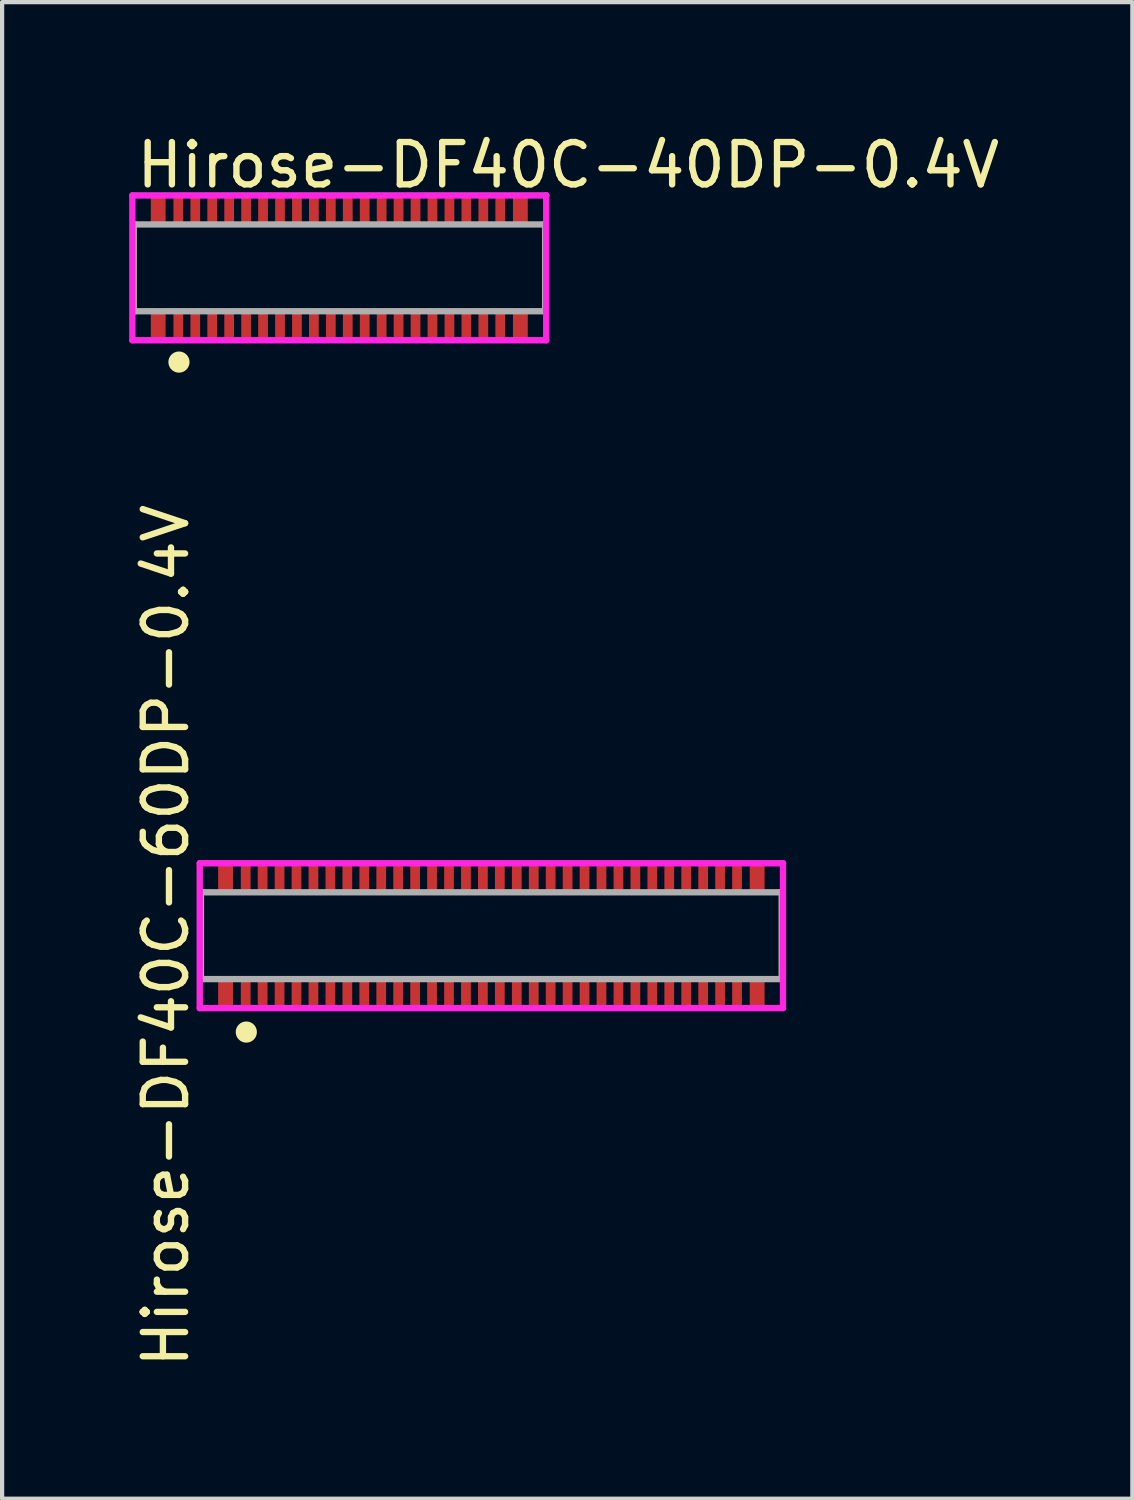
<source format=kicad_pcb>
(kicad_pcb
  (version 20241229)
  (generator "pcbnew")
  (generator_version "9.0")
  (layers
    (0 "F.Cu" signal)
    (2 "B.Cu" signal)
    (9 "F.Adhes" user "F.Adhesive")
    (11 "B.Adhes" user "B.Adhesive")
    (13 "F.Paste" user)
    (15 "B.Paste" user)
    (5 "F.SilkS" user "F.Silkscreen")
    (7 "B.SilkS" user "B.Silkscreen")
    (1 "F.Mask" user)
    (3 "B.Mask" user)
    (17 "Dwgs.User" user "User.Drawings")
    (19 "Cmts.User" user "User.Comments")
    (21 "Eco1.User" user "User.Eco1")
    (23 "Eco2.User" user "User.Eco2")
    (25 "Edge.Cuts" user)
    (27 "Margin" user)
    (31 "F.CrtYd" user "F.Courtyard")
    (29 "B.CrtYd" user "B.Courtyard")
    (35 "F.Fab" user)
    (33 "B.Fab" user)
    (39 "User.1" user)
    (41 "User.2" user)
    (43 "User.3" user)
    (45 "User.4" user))
  (footprint "Hirose-DF40C-40DP-0.4V"
    (layer "F.Cu")
    (at 4.96 3.273)
    (property "Reference" "Hirose-DF40C-40DP-0.4V" (at -4.86 -2.425 0) (layer "F.SilkS") (effects (font (size 1 1) (thickness 0.15)) (justify left)))
    (attr smd)
    (fp_line (start -4.86 -1.025) (end -4.825 -1.025) (stroke (width 0.15) (type solid)) (layer "F.SilkS"))
    (fp_line (start -4.86 1.025) (end -4.86 -1.025) (stroke (width 0.15) (type solid)) (layer "F.SilkS"))
    (fp_line (start -4.86 1.025) (end -4.825 1.025) (stroke (width 0.15) (type solid)) (layer "F.SilkS"))
    (fp_line (start 4.825 -1.025) (end 4.86 -1.025) (stroke (width 0.15) (type solid)) (layer "F.SilkS"))
    (fp_line (start 4.825 1.025) (end 4.86 1.025) (stroke (width 0.15) (type solid)) (layer "F.SilkS"))
    (fp_line (start 4.86 1.025) (end 4.86 -1.025) (stroke (width 0.15) (type solid)) (layer "F.SilkS"))
    (fp_circle (center -3.785 2.225) (end -3.66 2.225) (stroke (width 0.25) (type solid)) (fill no) (layer "F.SilkS"))
    (fp_line (start -4.885 -1.71) (end -4.885 1.71) (stroke (width 0.15) (type solid)) (layer "F.CrtYd"))
    (fp_line (start -4.885 1.71) (end 4.885 1.71) (stroke (width 0.15) (type solid)) (layer "F.CrtYd"))
    (fp_line (start 4.885 -1.71) (end -4.885 -1.71) (stroke (width 0.15) (type solid)) (layer "F.CrtYd"))
    (fp_line (start 4.885 -1.71) (end 4.885 -1.71) (stroke (width 0.15) (type solid)) (layer "F.CrtYd"))
    (fp_line (start 4.885 1.71) (end 4.885 -1.71) (stroke (width 0.15) (type solid)) (layer "F.CrtYd"))
    (fp_line (start -4.86 -1.025) (end 4.86 -1.025) (stroke (width 0.15) (type solid)) (layer "F.Fab"))
    (fp_line (start -4.86 1.025) (end -4.86 -1.025) (stroke (width 0.15) (type solid)) (layer "F.Fab"))
    (fp_line (start 4.86 -1.025) (end 4.86 1.025) (stroke (width 0.15) (type solid)) (layer "F.Fab"))
    (fp_line (start 4.86 1.025) (end -4.86 1.025) (stroke (width 0.15) (type solid)) (layer "F.Fab"))
    (pad "" smd rect (at -4.275 -1.355) (size 0.35 0.66) (layers "F.Cu" "F.Mask" "F.Paste"))
    (pad "" smd rect (at -4.275 1.355) (size 0.35 0.66) (layers "F.Cu" "F.Mask" "F.Paste"))
    (pad "" smd rect (at -3.8 -1.355) (size 0.184 0.66) (layers "F.Paste"))
    (pad "" smd rect (at -3.8 1.355) (size 0.184 0.66) (layers "F.Paste"))
    (pad "" smd rect (at -3.4 -1.355) (size 0.184 0.66) (layers "F.Paste"))
    (pad "" smd rect (at -3.4 1.355) (size 0.184 0.66) (layers "F.Paste"))
    (pad "" smd rect (at -3 -1.355) (size 0.184 0.66) (layers "F.Paste"))
    (pad "" smd rect (at -3 1.355) (size 0.184 0.66) (layers "F.Paste"))
    (pad "" smd rect (at -2.6 -1.355) (size 0.184 0.66) (layers "F.Paste"))
    (pad "" smd rect (at -2.6 1.355) (size 0.184 0.66) (layers "F.Paste"))
    (pad "" smd rect (at -2.2 -1.355) (size 0.184 0.66) (layers "F.Paste"))
    (pad "" smd rect (at -2.2 1.355) (size 0.184 0.66) (layers "F.Paste"))
    (pad "" smd rect (at -1.8 -1.355) (size 0.184 0.66) (layers "F.Paste"))
    (pad "" smd rect (at -1.8 1.355) (size 0.184 0.66) (layers "F.Paste"))
    (pad "" smd rect (at -1.4 -1.355) (size 0.184 0.66) (layers "F.Paste"))
    (pad "" smd rect (at -1.4 1.355) (size 0.184 0.66) (layers "F.Paste"))
    (pad "" smd rect (at -1 -1.355) (size 0.184 0.66) (layers "F.Paste"))
    (pad "" smd rect (at -1 1.355) (size 0.184 0.66) (layers "F.Paste"))
    (pad "" smd rect (at -0.6 -1.355) (size 0.184 0.66) (layers "F.Paste"))
    (pad "" smd rect (at -0.6 1.355) (size 0.184 0.66) (layers "F.Paste"))
    (pad "" smd rect (at -0.2 -1.355) (size 0.184 0.66) (layers "F.Paste"))
    (pad "" smd rect (at -0.2 1.355) (size 0.184 0.66) (layers "F.Paste"))
    (pad "" smd rect (at 0.2 -1.355) (size 0.184 0.66) (layers "F.Paste"))
    (pad "" smd rect (at 0.2 1.355) (size 0.184 0.66) (layers "F.Paste"))
    (pad "" smd rect (at 0.6 -1.355) (size 0.184 0.66) (layers "F.Paste"))
    (pad "" smd rect (at 0.6 1.355) (size 0.184 0.66) (layers "F.Paste"))
    (pad "" smd rect (at 1 -1.355) (size 0.184 0.66) (layers "F.Paste"))
    (pad "" smd rect (at 1 1.355) (size 0.184 0.66) (layers "F.Paste"))
    (pad "" smd rect (at 1.4 -1.355) (size 0.184 0.66) (layers "F.Paste"))
    (pad "" smd rect (at 1.4 1.355) (size 0.184 0.66) (layers "F.Paste"))
    (pad "" smd rect (at 1.8 -1.355) (size 0.184 0.66) (layers "F.Paste"))
    (pad "" smd rect (at 1.8 1.355) (size 0.184 0.66) (layers "F.Paste"))
    (pad "" smd rect (at 2.2 -1.355) (size 0.184 0.66) (layers "F.Paste"))
    (pad "" smd rect (at 2.2 1.355) (size 0.184 0.66) (layers "F.Paste"))
    (pad "" smd rect (at 2.6 -1.355) (size 0.184 0.66) (layers "F.Paste"))
    (pad "" smd rect (at 2.6 1.355) (size 0.184 0.66) (layers "F.Paste"))
    (pad "" smd rect (at 3 -1.355) (size 0.184 0.66) (layers "F.Paste"))
    (pad "" smd rect (at 3 1.355) (size 0.184 0.66) (layers "F.Paste"))
    (pad "" smd rect (at 3.4 -1.355) (size 0.184 0.66) (layers "F.Paste"))
    (pad "" smd rect (at 3.4 1.355) (size 0.184 0.66) (layers "F.Paste"))
    (pad "" smd rect (at 3.8 -1.355) (size 0.184 0.66) (layers "F.Paste"))
    (pad "" smd rect (at 3.8 1.355) (size 0.184 0.66) (layers "F.Paste"))
    (pad "" smd rect (at 4.275 -1.355) (size 0.35 0.66) (layers "F.Cu" "F.Mask" "F.Paste"))
    (pad "" smd rect (at 4.275 1.355) (size 0.35 0.66) (layers "F.Cu" "F.Mask" "F.Paste"))
    (pad "1" smd rect (at -3.8 1.355) (size 0.23 0.66) (layers "F.Cu" "F.Mask"))
    (pad "2" smd rect (at -3.8 -1.355) (size 0.23 0.66) (layers "F.Cu" "F.Mask"))
    (pad "3" smd rect (at -3.4 1.355) (size 0.23 0.66) (layers "F.Cu" "F.Mask"))
    (pad "4" smd rect (at -3.4 -1.355) (size 0.23 0.66) (layers "F.Cu" "F.Mask"))
    (pad "5" smd rect (at -3 1.355) (size 0.23 0.66) (layers "F.Cu" "F.Mask"))
    (pad "6" smd rect (at -3 -1.355) (size 0.23 0.66) (layers "F.Cu" "F.Mask"))
    (pad "7" smd rect (at -2.6 1.355) (size 0.23 0.66) (layers "F.Cu" "F.Mask"))
    (pad "8" smd rect (at -2.6 -1.355) (size 0.23 0.66) (layers "F.Cu" "F.Mask"))
    (pad "9" smd rect (at -2.2 1.355) (size 0.23 0.66) (layers "F.Cu" "F.Mask"))
    (pad "10" smd rect (at -2.2 -1.355) (size 0.23 0.66) (layers "F.Cu" "F.Mask"))
    (pad "11" smd rect (at -1.8 1.355) (size 0.23 0.66) (layers "F.Cu" "F.Mask"))
    (pad "12" smd rect (at -1.8 -1.355) (size 0.23 0.66) (layers "F.Cu" "F.Mask"))
    (pad "13" smd rect (at -1.4 1.355) (size 0.23 0.66) (layers "F.Cu" "F.Mask"))
    (pad "14" smd rect (at -1.4 -1.355) (size 0.23 0.66) (layers "F.Cu" "F.Mask"))
    (pad "15" smd rect (at -1 1.355) (size 0.23 0.66) (layers "F.Cu" "F.Mask"))
    (pad "16" smd rect (at -1 -1.355) (size 0.23 0.66) (layers "F.Cu" "F.Mask"))
    (pad "17" smd rect (at -0.6 1.355) (size 0.23 0.66) (layers "F.Cu" "F.Mask"))
    (pad "18" smd rect (at -0.6 -1.355) (size 0.23 0.66) (layers "F.Cu" "F.Mask"))
    (pad "19" smd rect (at -0.2 1.355) (size 0.23 0.66) (layers "F.Cu" "F.Mask"))
    (pad "20" smd rect (at -0.2 -1.355) (size 0.23 0.66) (layers "F.Cu" "F.Mask"))
    (pad "21" smd rect (at 0.2 1.355) (size 0.23 0.66) (layers "F.Cu" "F.Mask"))
    (pad "22" smd rect (at 0.2 -1.355) (size 0.23 0.66) (layers "F.Cu" "F.Mask"))
    (pad "23" smd rect (at 0.6 1.355) (size 0.23 0.66) (layers "F.Cu" "F.Mask"))
    (pad "24" smd rect (at 0.6 -1.355) (size 0.23 0.66) (layers "F.Cu" "F.Mask"))
    (pad "25" smd rect (at 1 1.355) (size 0.23 0.66) (layers "F.Cu" "F.Mask"))
    (pad "26" smd rect (at 1 -1.355) (size 0.23 0.66) (layers "F.Cu" "F.Mask"))
    (pad "27" smd rect (at 1.4 1.355) (size 0.23 0.66) (layers "F.Cu" "F.Mask"))
    (pad "28" smd rect (at 1.4 -1.355) (size 0.23 0.66) (layers "F.Cu" "F.Mask"))
    (pad "29" smd rect (at 1.8 1.355) (size 0.23 0.66) (layers "F.Cu" "F.Mask"))
    (pad "30" smd rect (at 1.8 -1.355) (size 0.23 0.66) (layers "F.Cu" "F.Mask"))
    (pad "31" smd rect (at 2.2 1.355) (size 0.23 0.66) (layers "F.Cu" "F.Mask"))
    (pad "32" smd rect (at 2.2 -1.355) (size 0.23 0.66) (layers "F.Cu" "F.Mask"))
    (pad "33" smd rect (at 2.6 1.355) (size 0.23 0.66) (layers "F.Cu" "F.Mask"))
    (pad "34" smd rect (at 2.6 -1.355) (size 0.23 0.66) (layers "F.Cu" "F.Mask"))
    (pad "35" smd rect (at 3 1.355) (size 0.23 0.66) (layers "F.Cu" "F.Mask"))
    (pad "36" smd rect (at 3 -1.355) (size 0.23 0.66) (layers "F.Cu" "F.Mask"))
    (pad "37" smd rect (at 3.4 1.355) (size 0.23 0.66) (layers "F.Cu" "F.Mask"))
    (pad "38" smd rect (at 3.4 -1.355) (size 0.23 0.66) (layers "F.Cu" "F.Mask"))
    (pad "39" smd rect (at 3.8 1.355) (size 0.23 0.66) (layers "F.Cu" "F.Mask"))
    (pad "40" smd rect (at 3.8 -1.355) (size 0.23 0.66) (layers "F.Cu" "F.Mask")))
  (footprint "Hirose-DF40C-60DP-0.4V"
    (layer "F.Cu")
    (at 8.55 19.04)
    (property "Reference" "Hirose-DF40C-60DP-0.4V" (at -7.1 0 90) (layer "F.SilkS") (effects (font (size 1 1) (thickness 0.15)) (justify bottom)))
    (attr through_hole)
    (fp_line (start -6.86 -1.025) (end -6.825 -1.025) (stroke (width 0.15) (type solid)) (layer "F.SilkS"))
    (fp_line (start -6.86 1.025) (end -6.86 -1.025) (stroke (width 0.15) (type solid)) (layer "F.SilkS"))
    (fp_line (start -6.86 1.025) (end -6.825 1.025) (stroke (width 0.15) (type solid)) (layer "F.SilkS"))
    (fp_line (start 6.825 -1.025) (end 6.86 -1.025) (stroke (width 0.15) (type solid)) (layer "F.SilkS"))
    (fp_line (start 6.825 1.025) (end 6.86 1.025) (stroke (width 0.15) (type solid)) (layer "F.SilkS"))
    (fp_line (start 6.86 1.025) (end 6.86 -1.025) (stroke (width 0.15) (type solid)) (layer "F.SilkS"))
    (fp_circle (center -5.785 2.275) (end -5.66 2.275) (stroke (width 0.25) (type solid)) (fill no) (layer "F.SilkS"))
    (fp_line (start -6.885 -1.71) (end -6.885 1.71) (stroke (width 0.15) (type solid)) (layer "F.CrtYd"))
    (fp_line (start -6.885 1.71) (end 6.885 1.71) (stroke (width 0.15) (type solid)) (layer "F.CrtYd"))
    (fp_line (start 6.885 -1.71) (end -6.885 -1.71) (stroke (width 0.15) (type solid)) (layer "F.CrtYd"))
    (fp_line (start 6.885 -1.71) (end 6.885 -1.71) (stroke (width 0.15) (type solid)) (layer "F.CrtYd"))
    (fp_line (start 6.885 1.71) (end 6.885 -1.71) (stroke (width 0.15) (type solid)) (layer "F.CrtYd"))
    (fp_line (start -6.86 -1.025) (end 6.86 -1.025) (stroke (width 0.15) (type solid)) (layer "F.Fab"))
    (fp_line (start -6.86 1.025) (end -6.86 -1.025) (stroke (width 0.15) (type solid)) (layer "F.Fab"))
    (fp_line (start 6.86 -1.025) (end 6.86 1.025) (stroke (width 0.15) (type solid)) (layer "F.Fab"))
    (fp_line (start 6.86 1.025) (end -6.86 1.025) (stroke (width 0.15) (type solid)) (layer "F.Fab"))
    (pad "" smd rect (at -6.275 -1.355) (size 0.35 0.66) (layers "F.Cu" "F.Mask" "F.Paste"))
    (pad "" smd rect (at -6.275 1.355) (size 0.35 0.66) (layers "F.Cu" "F.Mask" "F.Paste"))
    (pad "" smd rect (at -5.8 -1.355) (size 0.184 0.66) (layers "F.Paste"))
    (pad "" smd rect (at -5.8 1.355) (size 0.184 0.66) (layers "F.Paste"))
    (pad "" smd rect (at -5.4 -1.355) (size 0.184 0.66) (layers "F.Paste"))
    (pad "" smd rect (at -5.4 1.355) (size 0.184 0.66) (layers "F.Paste"))
    (pad "" smd rect (at -5 -1.355) (size 0.184 0.66) (layers "F.Paste"))
    (pad "" smd rect (at -5 1.355) (size 0.184 0.66) (layers "F.Paste"))
    (pad "" smd rect (at -4.6 -1.355) (size 0.184 0.66) (layers "F.Paste"))
    (pad "" smd rect (at -4.6 1.355) (size 0.184 0.66) (layers "F.Paste"))
    (pad "" smd rect (at -4.2 -1.355) (size 0.184 0.66) (layers "F.Paste"))
    (pad "" smd rect (at -4.2 1.355) (size 0.184 0.66) (layers "F.Paste"))
    (pad "" smd rect (at -3.8 -1.355) (size 0.184 0.66) (layers "F.Paste"))
    (pad "" smd rect (at -3.8 1.355) (size 0.184 0.66) (layers "F.Paste"))
    (pad "" smd rect (at -3.4 -1.355) (size 0.184 0.66) (layers "F.Paste"))
    (pad "" smd rect (at -3.4 1.355) (size 0.184 0.66) (layers "F.Paste"))
    (pad "" smd rect (at -3 -1.355) (size 0.184 0.66) (layers "F.Paste"))
    (pad "" smd rect (at -3 1.355) (size 0.184 0.66) (layers "F.Paste"))
    (pad "" smd rect (at -2.6 -1.355) (size 0.184 0.66) (layers "F.Paste"))
    (pad "" smd rect (at -2.6 1.355) (size 0.184 0.66) (layers "F.Paste"))
    (pad "" smd rect (at -2.2 -1.355) (size 0.184 0.66) (layers "F.Paste"))
    (pad "" smd rect (at -2.2 1.355) (size 0.184 0.66) (layers "F.Paste"))
    (pad "" smd rect (at -1.8 -1.355) (size 0.184 0.66) (layers "F.Paste"))
    (pad "" smd rect (at -1.8 1.355) (size 0.184 0.66) (layers "F.Paste"))
    (pad "" smd rect (at -1.4 -1.355) (size 0.184 0.66) (layers "F.Paste"))
    (pad "" smd rect (at -1.4 1.355) (size 0.184 0.66) (layers "F.Paste"))
    (pad "" smd rect (at -1 -1.355) (size 0.184 0.66) (layers "F.Paste"))
    (pad "" smd rect (at -1 1.355) (size 0.184 0.66) (layers "F.Paste"))
    (pad "" smd rect (at -0.6 -1.355) (size 0.184 0.66) (layers "F.Paste"))
    (pad "" smd rect (at -0.6 1.355) (size 0.184 0.66) (layers "F.Paste"))
    (pad "" smd rect (at -0.2 -1.355) (size 0.184 0.66) (layers "F.Paste"))
    (pad "" smd rect (at -0.2 1.355) (size 0.184 0.66) (layers "F.Paste"))
    (pad "" smd rect (at 0.2 -1.355) (size 0.184 0.66) (layers "F.Paste"))
    (pad "" smd rect (at 0.2 1.355) (size 0.184 0.66) (layers "F.Paste"))
    (pad "" smd rect (at 0.6 -1.355) (size 0.184 0.66) (layers "F.Paste"))
    (pad "" smd rect (at 0.6 1.355) (size 0.184 0.66) (layers "F.Paste"))
    (pad "" smd rect (at 1 -1.355) (size 0.184 0.66) (layers "F.Paste"))
    (pad "" smd rect (at 1 1.355) (size 0.184 0.66) (layers "F.Paste"))
    (pad "" smd rect (at 1.4 -1.355) (size 0.184 0.66) (layers "F.Paste"))
    (pad "" smd rect (at 1.4 1.355) (size 0.184 0.66) (layers "F.Paste"))
    (pad "" smd rect (at 1.8 -1.355) (size 0.184 0.66) (layers "F.Paste"))
    (pad "" smd rect (at 1.8 1.355) (size 0.184 0.66) (layers "F.Paste"))
    (pad "" smd rect (at 2.2 -1.355) (size 0.184 0.66) (layers "F.Paste"))
    (pad "" smd rect (at 2.2 1.355) (size 0.184 0.66) (layers "F.Paste"))
    (pad "" smd rect (at 2.6 -1.355) (size 0.184 0.66) (layers "F.Paste"))
    (pad "" smd rect (at 2.6 1.355) (size 0.184 0.66) (layers "F.Paste"))
    (pad "" smd rect (at 3 -1.355) (size 0.184 0.66) (layers "F.Paste"))
    (pad "" smd rect (at 3 1.355) (size 0.184 0.66) (layers "F.Paste"))
    (pad "" smd rect (at 3.4 -1.355) (size 0.184 0.66) (layers "F.Paste"))
    (pad "" smd rect (at 3.4 1.355) (size 0.184 0.66) (layers "F.Paste"))
    (pad "" smd rect (at 3.8 -1.355) (size 0.184 0.66) (layers "F.Paste"))
    (pad "" smd rect (at 3.8 1.355) (size 0.184 0.66) (layers "F.Paste"))
    (pad "" smd rect (at 4.2 -1.355) (size 0.184 0.66) (layers "F.Paste"))
    (pad "" smd rect (at 4.2 1.355) (size 0.184 0.66) (layers "F.Paste"))
    (pad "" smd rect (at 4.6 -1.355) (size 0.184 0.66) (layers "F.Paste"))
    (pad "" smd rect (at 4.6 1.355) (size 0.184 0.66) (layers "F.Paste"))
    (pad "" smd rect (at 5 -1.355) (size 0.184 0.66) (layers "F.Paste"))
    (pad "" smd rect (at 5 1.355) (size 0.184 0.66) (layers "F.Paste"))
    (pad "" smd rect (at 5.4 -1.355) (size 0.184 0.66) (layers "F.Paste"))
    (pad "" smd rect (at 5.4 1.355) (size 0.184 0.66) (layers "F.Paste"))
    (pad "" smd rect (at 5.8 -1.355) (size 0.184 0.66) (layers "F.Paste"))
    (pad "" smd rect (at 5.8 1.355) (size 0.184 0.66) (layers "F.Paste"))
    (pad "" smd rect (at 6.275 -1.355) (size 0.35 0.66) (layers "F.Cu" "F.Mask" "F.Paste"))
    (pad "" smd rect (at 6.275 1.355) (size 0.35 0.66) (layers "F.Cu" "F.Mask" "F.Paste"))
    (pad "1" smd rect (at -5.8 1.355) (size 0.23 0.66) (layers "F.Cu" "F.Mask"))
    (pad "2" smd rect (at -5.8 -1.355) (size 0.23 0.66) (layers "F.Cu" "F.Mask"))
    (pad "3" smd rect (at -5.4 1.355) (size 0.23 0.66) (layers "F.Cu" "F.Mask"))
    (pad "4" smd rect (at -5.4 -1.355) (size 0.23 0.66) (layers "F.Cu" "F.Mask"))
    (pad "5" smd rect (at -5 1.355) (size 0.23 0.66) (layers "F.Cu" "F.Mask"))
    (pad "6" smd rect (at -5 -1.355) (size 0.23 0.66) (layers "F.Cu" "F.Mask"))
    (pad "7" smd rect (at -4.6 1.355) (size 0.23 0.66) (layers "F.Cu" "F.Mask"))
    (pad "8" smd rect (at -4.6 -1.355) (size 0.23 0.66) (layers "F.Cu" "F.Mask"))
    (pad "9" smd rect (at -4.2 1.355) (size 0.23 0.66) (layers "F.Cu" "F.Mask"))
    (pad "10" smd rect (at -4.2 -1.355) (size 0.23 0.66) (layers "F.Cu" "F.Mask"))
    (pad "11" smd rect (at -3.8 1.355) (size 0.23 0.66) (layers "F.Cu" "F.Mask"))
    (pad "12" smd rect (at -3.8 -1.355) (size 0.23 0.66) (layers "F.Cu" "F.Mask"))
    (pad "13" smd rect (at -3.4 1.355) (size 0.23 0.66) (layers "F.Cu" "F.Mask"))
    (pad "14" smd rect (at -3.4 -1.355) (size 0.23 0.66) (layers "F.Cu" "F.Mask"))
    (pad "15" smd rect (at -3 1.355) (size 0.23 0.66) (layers "F.Cu" "F.Mask"))
    (pad "16" smd rect (at -3 -1.355) (size 0.23 0.66) (layers "F.Cu" "F.Mask"))
    (pad "17" smd rect (at -2.6 1.355) (size 0.23 0.66) (layers "F.Cu" "F.Mask"))
    (pad "18" smd rect (at -2.6 -1.355) (size 0.23 0.66) (layers "F.Cu" "F.Mask"))
    (pad "19" smd rect (at -2.2 1.355) (size 0.23 0.66) (layers "F.Cu" "F.Mask"))
    (pad "20" smd rect (at -2.2 -1.355) (size 0.23 0.66) (layers "F.Cu" "F.Mask"))
    (pad "21" smd rect (at -1.8 1.355) (size 0.23 0.66) (layers "F.Cu" "F.Mask"))
    (pad "22" smd rect (at -1.8 -1.355) (size 0.23 0.66) (layers "F.Cu" "F.Mask"))
    (pad "23" smd rect (at -1.4 1.355) (size 0.23 0.66) (layers "F.Cu" "F.Mask"))
    (pad "24" smd rect (at -1.4 -1.355) (size 0.23 0.66) (layers "F.Cu" "F.Mask"))
    (pad "25" smd rect (at -1 1.355) (size 0.23 0.66) (layers "F.Cu" "F.Mask"))
    (pad "26" smd rect (at -1 -1.355) (size 0.23 0.66) (layers "F.Cu" "F.Mask"))
    (pad "27" smd rect (at -0.6 1.355) (size 0.23 0.66) (layers "F.Cu" "F.Mask"))
    (pad "28" smd rect (at -0.6 -1.355) (size 0.23 0.66) (layers "F.Cu" "F.Mask"))
    (pad "29" smd rect (at -0.2 1.355) (size 0.23 0.66) (layers "F.Cu" "F.Mask"))
    (pad "30" smd rect (at -0.2 -1.355) (size 0.23 0.66) (layers "F.Cu" "F.Mask"))
    (pad "31" smd rect (at 0.2 1.355) (size 0.23 0.66) (layers "F.Cu" "F.Mask"))
    (pad "32" smd rect (at 0.2 -1.355) (size 0.23 0.66) (layers "F.Cu" "F.Mask"))
    (pad "33" smd rect (at 0.6 1.355) (size 0.23 0.66) (layers "F.Cu" "F.Mask"))
    (pad "34" smd rect (at 0.6 -1.355) (size 0.23 0.66) (layers "F.Cu" "F.Mask"))
    (pad "35" smd rect (at 1 1.355) (size 0.23 0.66) (layers "F.Cu" "F.Mask"))
    (pad "36" smd rect (at 1 -1.355) (size 0.23 0.66) (layers "F.Cu" "F.Mask"))
    (pad "37" smd rect (at 1.4 1.355) (size 0.23 0.66) (layers "F.Cu" "F.Mask"))
    (pad "38" smd rect (at 1.4 -1.355) (size 0.23 0.66) (layers "F.Cu" "F.Mask"))
    (pad "39" smd rect (at 1.8 1.355) (size 0.23 0.66) (layers "F.Cu" "F.Mask"))
    (pad "40" smd rect (at 1.8 -1.355) (size 0.23 0.66) (layers "F.Cu" "F.Mask"))
    (pad "41" smd rect (at 2.2 1.355) (size 0.23 0.66) (layers "F.Cu" "F.Mask"))
    (pad "42" smd rect (at 2.2 -1.355) (size 0.23 0.66) (layers "F.Cu" "F.Mask"))
    (pad "43" smd rect (at 2.6 1.355) (size 0.23 0.66) (layers "F.Cu" "F.Mask"))
    (pad "44" smd rect (at 2.6 -1.355) (size 0.23 0.66) (layers "F.Cu" "F.Mask"))
    (pad "45" smd rect (at 3 1.355) (size 0.23 0.66) (layers "F.Cu" "F.Mask"))
    (pad "46" smd rect (at 3 -1.355) (size 0.23 0.66) (layers "F.Cu" "F.Mask"))
    (pad "47" smd rect (at 3.4 1.355) (size 0.23 0.66) (layers "F.Cu" "F.Mask"))
    (pad "48" smd rect (at 3.4 -1.355) (size 0.23 0.66) (layers "F.Cu" "F.Mask"))
    (pad "49" smd rect (at 3.8 1.355) (size 0.23 0.66) (layers "F.Cu" "F.Mask"))
    (pad "50" smd rect (at 3.8 -1.355) (size 0.23 0.66) (layers "F.Cu" "F.Mask"))
    (pad "51" smd rect (at 4.2 1.355) (size 0.23 0.66) (layers "F.Cu" "F.Mask"))
    (pad "52" smd rect (at 4.2 -1.355) (size 0.23 0.66) (layers "F.Cu" "F.Mask"))
    (pad "53" smd rect (at 4.6 1.355) (size 0.23 0.66) (layers "F.Cu" "F.Mask"))
    (pad "54" smd rect (at 4.6 -1.355) (size 0.23 0.66) (layers "F.Cu" "F.Mask"))
    (pad "55" smd rect (at 5 1.355) (size 0.23 0.66) (layers "F.Cu" "F.Mask"))
    (pad "56" smd rect (at 5 -1.355) (size 0.23 0.66) (layers "F.Cu" "F.Mask"))
    (pad "57" smd rect (at 5.4 1.355) (size 0.23 0.66) (layers "F.Cu" "F.Mask"))
    (pad "58" smd rect (at 5.4 -1.355) (size 0.23 0.66) (layers "F.Cu" "F.Mask"))
    (pad "59" smd rect (at 5.8 1.355) (size 0.23 0.66) (layers "F.Cu" "F.Mask"))
    (pad "60" smd rect (at 5.8 -1.355) (size 0.23 0.66) (layers "F.Cu" "F.Mask")))
  (gr_rect
    (start -3 -3)
    (end 23.683 32.332)
    (stroke (width 0.1) (type default))
    (fill no)
    (layer "Edge.Cuts")))
</source>
